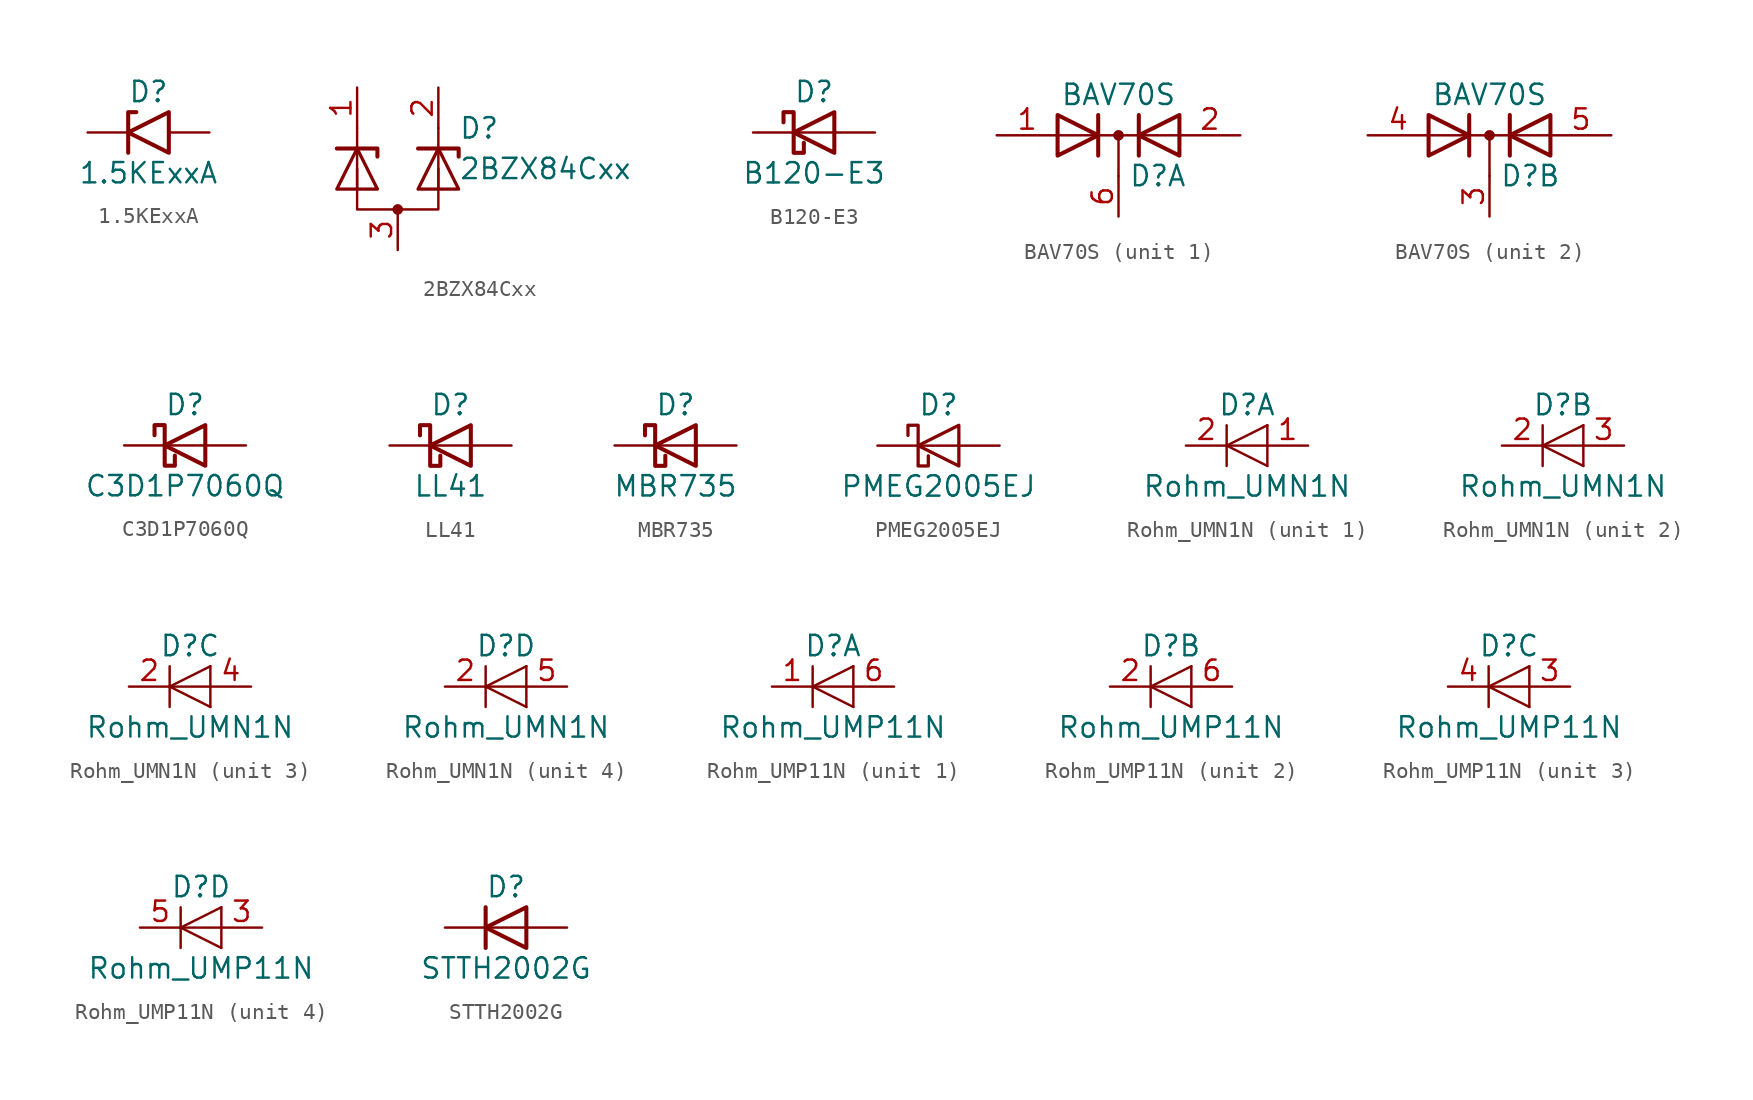
<source format=kicad_sym>
(kicad_symbol_lib
  (version 20220914)
  (generator kicad_symbol_editor)
  (symbol "1.5KExxA"
    (pin_numbers hide)
    (pin_names
      (offset 1.016) hide)
    (property "Reference" "D"
      (at 0 2.54 0)
      (effects (font (size 1.27 1.27))))
    (property "Value" "1.5KExxA"
      (at 0 -2.54 0)
      (effects (font (size 1.27 1.27))))
    (symbol "1.5KExxA_0_1"
      (polyline (pts (xy -0.762 1.27) (xy -1.27 1.27) (xy -1.27 -1.27)) (stroke (width 0.254) (type default)) (fill (type none)))
      (polyline (pts (xy 1.27 1.27) (xy 1.27 -1.27) (xy -1.27 0) (xy 1.27 1.27)) (stroke (width 0.254) (type default)) (fill (type none))))
    (symbol "1.5KExxA_1_1"
      (pin passive line (at -3.81 0 0) (length 2.54) (name "A1" (effects (font (size 1.27 1.27)))) (number "1" (effects (font (size 1.27 1.27)))))
      (pin passive line (at 3.81 0 180) (length 2.54) (name "A2" (effects (font (size 1.27 1.27)))) (number "2" (effects (font (size 1.27 1.27)))))))
  (symbol "2BZX84Cxx"
    (pin_names
      (offset 1.016) hide)
    (property "Reference" "D"
      (at 3.81 2.54 0)
      (effects (font (size 1.27 1.27)) (justify left)))
    (property "Value" "2BZX84Cxx"
      (at 3.81 0 0)
      (effects (font (size 1.27 1.27)) (justify left)))
    (symbol "2BZX84Cxx_0_1"
      (circle (center 0 -2.54) (radius 0.254) (stroke (width 0) (type default)) (fill (type outline)))
      (polyline (pts (xy -2.54 -1.27) (xy -2.54 2.54)) (stroke (width 0) (type default)) (fill (type none)))
      (polyline (pts (xy 2.54 -1.27) (xy 2.54 2.54)) (stroke (width 0) (type default)) (fill (type none)))
      (polyline (pts (xy -3.81 1.27) (xy -1.27 1.27) (xy -1.27 0.762)) (stroke (width 0.254) (type default)) (fill (type none)))
      (polyline (pts (xy 1.27 1.27) (xy 3.81 1.27) (xy 3.81 0.762)) (stroke (width 0.254) (type default)) (fill (type none)))
      (polyline (pts (xy -2.54 0) (xy -2.54 -2.54) (xy 2.54 -2.54) (xy 2.54 0)) (stroke (width 0) (type default)) (fill (type none))))
    (symbol "2BZX84Cxx_1_1"
      (polyline (pts (xy -3.81 -1.27) (xy -1.27 -1.27) (xy -2.54 1.27) (xy -3.81 -1.27)) (stroke (width 0.203) (type default)) (fill (type none)))
      (polyline (pts (xy 1.27 -1.27) (xy 3.81 -1.27) (xy 2.54 1.27) (xy 1.27 -1.27)) (stroke (width 0.203) (type default)) (fill (type none)))
      (pin passive line (at -2.54 5.08 270) (length 2.54) (name "K" (effects (font (size 1.27 1.27)))) (number "1" (effects (font (size 1.27 1.27)))))
      (pin passive line (at 2.54 5.08 270) (length 2.54) (name "K" (effects (font (size 1.27 1.27)))) (number "2" (effects (font (size 1.27 1.27)))))
      (pin passive line (at 0 -5.08 90) (length 2.54) (name "A" (effects (font (size 1.27 1.27)))) (number "3" (effects (font (size 1.27 1.27)))))))
  (symbol "B120-E3"
    (pin_numbers hide)
    (pin_names hide)
    (property "Reference" "D"
      (at 0 2.54 0)
      (effects (font (size 1.27 1.27))))
    (property "Value" "B120-E3"
      (at 0 -2.54 0)
      (effects (font (size 1.27 1.27))))
    (symbol "B120-E3_0_1"
      (polyline (pts (xy 1.27 0) (xy -1.27 0)) (stroke (width 0) (type default)) (fill (type none)))
      (polyline (pts (xy 1.27 1.27) (xy 1.27 -1.27) (xy -1.27 0) (xy 1.27 1.27)) (stroke (width 0.254) (type default)) (fill (type none)))
      (polyline (pts (xy -1.905 0.635) (xy -1.905 1.27) (xy -1.27 1.27) (xy -1.27 -1.27) (xy -0.635 -1.27) (xy -0.635 -0.635)) (stroke (width 0.254) (type default)) (fill (type none))))
    (symbol "B120-E3_1_1"
      (pin passive line (at -3.81 0 0) (length 2.54) (name "K" (effects (font (size 1.27 1.27)))) (number "1" (effects (font (size 1.27 1.27)))))
      (pin passive line (at 3.81 0 180) (length 2.54) (name "A" (effects (font (size 1.27 1.27)))) (number "2" (effects (font (size 1.27 1.27)))))))
  (symbol "BAV70S"
    (pin_names
      (offset 0.762) hide)
    (property "Reference" "D"
      (at 0.635 -2.54 0)
      (effects (font (size 1.27 1.27)) (justify left)))
    (property "Value" "BAV70S"
      (at 0 2.54 0)
      (effects (font (size 1.27 1.27))))
    (symbol "BAV70S_0_1"
      (polyline (pts (xy -3.81 0) (xy 3.81 0)) (stroke (width 0) (type default)) (fill (type none)))
      (polyline (pts (xy 0 0) (xy 0 -2.54)) (stroke (width 0) (type default)) (fill (type none)))
      (polyline (pts (xy -1.27 -1.27) (xy -1.27 1.27) (xy -1.27 1.27)) (stroke (width 0.254) (type default)) (fill (type none)))
      (polyline (pts (xy 1.27 -1.27) (xy 1.27 1.27) (xy 1.27 1.27)) (stroke (width 0.254) (type default)) (fill (type none)))
      (polyline (pts (xy -3.81 1.27) (xy -1.27 0) (xy -3.81 -1.27) (xy -3.81 1.27) (xy -3.81 1.27) (xy -3.81 1.27)) (stroke (width 0.254) (type default)) (fill (type none)))
      (polyline (pts (xy 3.81 -1.27) (xy 1.27 0) (xy 3.81 1.27) (xy 3.81 -1.27) (xy 3.81 -1.27) (xy 3.81 -1.27)) (stroke (width 0.254) (type default)) (fill (type none)))
      (circle (center 0 0) (radius 0.254) (stroke (width 0) (type default)) (fill (type outline))))
    (symbol "BAV70S_1_1"
      (pin passive line (at -7.62 0 0) (length 3.81) (name "A" (effects (font (size 1.27 1.27)))) (number "1" (effects (font (size 1.27 1.27)))))
      (pin passive line (at 7.62 0 180) (length 3.81) (name "A" (effects (font (size 1.27 1.27)))) (number "2" (effects (font (size 1.27 1.27)))))
      (pin passive line (at 0 -5.08 90) (length 2.54) (name "K" (effects (font (size 1.27 1.27)))) (number "6" (effects (font (size 1.27 1.27))))))
    (symbol "BAV70S_2_1"
      (pin passive line (at 0 -5.08 90) (length 2.54) (name "K" (effects (font (size 1.27 1.27)))) (number "3" (effects (font (size 1.27 1.27)))))
      (pin passive line (at -7.62 0 0) (length 3.81) (name "A" (effects (font (size 1.27 1.27)))) (number "4" (effects (font (size 1.27 1.27)))))
      (pin passive line (at 7.62 0 180) (length 3.81) (name "A" (effects (font (size 1.27 1.27)))) (number "5" (effects (font (size 1.27 1.27)))))))
  (symbol "C3D1P7060Q"
    (pin_numbers hide)
    (pin_names
      (offset 1.016) hide)
    (property "Reference" "D"
      (at 0 2.54 0)
      (effects (font (size 1.27 1.27))))
    (property "Value" "C3D1P7060Q"
      (at 0 -2.54 0)
      (effects (font (size 1.27 1.27))))
    (symbol "C3D1P7060Q_0_1"
      (polyline (pts (xy 1.27 0) (xy -1.27 0)) (stroke (width 0) (type default)) (fill (type none)))
      (polyline (pts (xy 1.27 1.27) (xy 1.27 -1.27) (xy -1.27 0) (xy 1.27 1.27)) (stroke (width 0.254) (type default)) (fill (type none)))
      (polyline (pts (xy -1.905 0.635) (xy -1.905 1.27) (xy -1.27 1.27) (xy -1.27 -1.27) (xy -0.635 -1.27) (xy -0.635 -0.635)) (stroke (width 0.254) (type default)) (fill (type none))))
    (symbol "C3D1P7060Q_1_1"
      (pin passive line (at -3.81 0 0) (length 2.54) (name "K" (effects (font (size 1.27 1.27)))) (number "1" (effects (font (size 1.27 1.27)))))
      (pin passive line (at 3.81 0 180) (length 2.54) (name "A" (effects (font (size 1.27 1.27)))) (number "2" (effects (font (size 1.27 1.27)))))))
  (symbol "LL41"
    (pin_numbers hide)
    (pin_names
      (offset 1.016) hide)
    (property "Reference" "D"
      (at 0 2.54 0)
      (effects (font (size 1.27 1.27))))
    (property "Value" "LL41"
      (at 0 -2.54 0)
      (effects (font (size 1.27 1.27))))
    (symbol "LL41_0_1"
      (polyline (pts (xy 1.27 0) (xy -1.27 0)) (stroke (width 0) (type default)) (fill (type none)))
      (polyline (pts (xy 1.27 1.27) (xy 1.27 -1.27) (xy -1.27 0) (xy 1.27 1.27)) (stroke (width 0.254) (type default)) (fill (type none)))
      (polyline (pts (xy -1.905 0.635) (xy -1.905 1.27) (xy -1.27 1.27) (xy -1.27 -1.27) (xy -0.635 -1.27) (xy -0.635 -0.635)) (stroke (width 0.254) (type default)) (fill (type none))))
    (symbol "LL41_1_1"
      (pin passive line (at -3.81 0 0) (length 2.54) (name "K" (effects (font (size 1.27 1.27)))) (number "1" (effects (font (size 1.27 1.27)))))
      (pin passive line (at 3.81 0 180) (length 2.54) (name "A" (effects (font (size 1.27 1.27)))) (number "2" (effects (font (size 1.27 1.27)))))))
  (symbol "MBR735"
    (pin_numbers hide)
    (pin_names
      (offset 1.016) hide)
    (property "Reference" "D"
      (at 0 2.54 0)
      (effects (font (size 1.27 1.27))))
    (property "Value" "MBR735"
      (at 0 -2.54 0)
      (effects (font (size 1.27 1.27))))
    (symbol "MBR735_0_1"
      (polyline (pts (xy 1.27 0) (xy -1.27 0)) (stroke (width 0) (type default)) (fill (type none)))
      (polyline (pts (xy 1.27 1.27) (xy 1.27 -1.27) (xy -1.27 0) (xy 1.27 1.27)) (stroke (width 0.254) (type default)) (fill (type none)))
      (polyline (pts (xy -1.905 0.635) (xy -1.905 1.27) (xy -1.27 1.27) (xy -1.27 -1.27) (xy -0.635 -1.27) (xy -0.635 -0.635)) (stroke (width 0.254) (type default)) (fill (type none))))
    (symbol "MBR735_1_1"
      (pin passive line (at -3.81 0 0) (length 2.54) (name "K" (effects (font (size 1.27 1.27)))) (number "1" (effects (font (size 1.27 1.27)))))
      (pin passive line (at 3.81 0 180) (length 2.54) (name "A" (effects (font (size 1.27 1.27)))) (number "2" (effects (font (size 1.27 1.27)))))))
  (symbol "PMEG2005EJ"
    (pin_numbers hide)
    (pin_names hide)
    (property "Reference" "D"
      (at 0 2.54 0)
      (effects (font (size 1.27 1.27))))
    (property "Value" "PMEG2005EJ"
      (at 0 -2.54 0)
      (effects (font (size 1.27 1.27))))
    (symbol "PMEG2005EJ_0_1"
      (polyline (pts (xy 1.27 0) (xy -1.27 0)) (stroke (width 0) (type default)) (fill (type none)))
      (polyline (pts (xy 1.27 1.27) (xy 1.27 -1.27) (xy -1.27 0) (xy 1.27 1.27)) (stroke (width 0.203) (type default)) (fill (type none)))
      (polyline (pts (xy -1.905 0.635) (xy -1.905 1.27) (xy -1.27 1.27) (xy -1.27 -1.27) (xy -0.635 -1.27) (xy -0.635 -0.635)) (stroke (width 0.203) (type default)) (fill (type none))))
    (symbol "PMEG2005EJ_1_1"
      (pin passive line (at -3.81 0 0) (length 2.54) (name "K" (effects (font (size 1.27 1.27)))) (number "1" (effects (font (size 1.27 1.27)))))
      (pin passive line (at 3.81 0 180) (length 2.54) (name "A" (effects (font (size 1.27 1.27)))) (number "2" (effects (font (size 1.27 1.27)))))))
  (symbol "Rohm_UMN1N"
    (pin_names
      (offset 1.016) hide)
    (property "Reference" "D"
      (at 0 2.54 0)
      (effects (font (size 1.27 1.27))))
    (property "Value" "Rohm_UMN1N"
      (at 0 -2.54 0)
      (effects (font (size 1.27 1.27))))
    (symbol "Rohm_UMN1N_0_1"
      (polyline (pts (xy -1.27 1.27) (xy -1.27 -1.27)) (stroke (width 0.152) (type default)) (fill (type none)))
      (polyline (pts (xy 1.27 -1.27) (xy 1.27 1.27)) (stroke (width 0) (type default)) (fill (type none)))
      (polyline (pts (xy 1.27 0) (xy -1.27 0)) (stroke (width 0) (type default)) (fill (type none)))
      (polyline (pts (xy 1.27 1.27) (xy -1.27 0) (xy 1.27 -1.27)) (stroke (width 0) (type default)) (fill (type none))))
    (symbol "Rohm_UMN1N_1_1"
      (pin passive line (at 3.81 0 180) (length 2.54) (name "A" (effects (font (size 1.27 1.27)))) (number "1" (effects (font (size 1.27 1.27)))))
      (pin passive line (at -3.81 0 0) (length 2.54) (name "K" (effects (font (size 1.27 1.27)))) (number "2" (effects (font (size 1.27 1.27))))))
    (symbol "Rohm_UMN1N_2_1"
      (pin passive line (at -3.81 0 0) (length 2.54) (name "K" (effects (font (size 1.27 1.27)))) (number "2" (effects (font (size 1.27 1.27)))))
      (pin passive line (at 3.81 0 180) (length 2.54) (name "A" (effects (font (size 1.27 1.27)))) (number "3" (effects (font (size 1.27 1.27))))))
    (symbol "Rohm_UMN1N_3_1"
      (pin passive line (at -3.81 0 0) (length 2.54) (name "K" (effects (font (size 1.27 1.27)))) (number "2" (effects (font (size 1.27 1.27)))))
      (pin passive line (at 3.81 0 180) (length 2.54) (name "A" (effects (font (size 1.27 1.27)))) (number "4" (effects (font (size 1.27 1.27))))))
    (symbol "Rohm_UMN1N_4_1"
      (pin passive line (at -3.81 0 0) (length 2.54) (name "K" (effects (font (size 1.27 1.27)))) (number "2" (effects (font (size 1.27 1.27)))))
      (pin passive line (at 3.81 0 180) (length 2.54) (name "A" (effects (font (size 1.27 1.27)))) (number "5" (effects (font (size 1.27 1.27)))))))
  (symbol "Rohm_UMP11N"
    (pin_names
      (offset 1.016) hide)
    (property "Reference" "D"
      (at 0 2.54 0)
      (effects (font (size 1.27 1.27))))
    (property "Value" "Rohm_UMP11N"
      (at 0 -2.54 0)
      (effects (font (size 1.27 1.27))))
    (symbol "Rohm_UMP11N_0_1"
      (polyline (pts (xy -1.27 1.27) (xy -1.27 -1.27)) (stroke (width 0.152) (type default)) (fill (type none)))
      (polyline (pts (xy 1.27 -1.27) (xy 1.27 1.27)) (stroke (width 0) (type default)) (fill (type none)))
      (polyline (pts (xy 1.27 0) (xy -1.27 0)) (stroke (width 0) (type default)) (fill (type none)))
      (polyline (pts (xy 1.27 1.27) (xy -1.27 0) (xy 1.27 -1.27)) (stroke (width 0) (type default)) (fill (type none))))
    (symbol "Rohm_UMP11N_1_1"
      (pin passive line (at -3.81 0 0) (length 2.54) (name "K" (effects (font (size 1.27 1.27)))) (number "1" (effects (font (size 1.27 1.27)))))
      (pin passive line (at 3.81 0 180) (length 2.54) (name "A" (effects (font (size 1.27 1.27)))) (number "6" (effects (font (size 1.27 1.27))))))
    (symbol "Rohm_UMP11N_2_1"
      (pin passive line (at -3.81 0 0) (length 2.54) (name "K" (effects (font (size 1.27 1.27)))) (number "2" (effects (font (size 1.27 1.27)))))
      (pin passive line (at 3.81 0 180) (length 2.54) (name "A" (effects (font (size 1.27 1.27)))) (number "6" (effects (font (size 1.27 1.27))))))
    (symbol "Rohm_UMP11N_3_1"
      (pin passive line (at 3.81 0 180) (length 2.54) (name "A" (effects (font (size 1.27 1.27)))) (number "3" (effects (font (size 1.27 1.27)))))
      (pin passive line (at -3.81 0 0) (length 2.54) (name "K" (effects (font (size 1.27 1.27)))) (number "4" (effects (font (size 1.27 1.27))))))
    (symbol "Rohm_UMP11N_4_1"
      (pin passive line (at 3.81 0 180) (length 2.54) (name "A" (effects (font (size 1.27 1.27)))) (number "3" (effects (font (size 1.27 1.27)))))
      (pin passive line (at -3.81 0 0) (length 2.54) (name "K" (effects (font (size 1.27 1.27)))) (number "5" (effects (font (size 1.27 1.27)))))))
  (symbol "STTH2002G"
    (pin_numbers hide)
    (pin_names hide)
    (property "Reference" "D"
      (at 0 2.54 0)
      (effects (font (size 1.27 1.27))))
    (property "Value" "STTH2002G"
      (at 0 -2.54 0)
      (effects (font (size 1.27 1.27))))
    (symbol "STTH2002G_0_0"
      (pin passive line (at -3.81 0 0) (length 2.54) (name "K" (effects (font (size 1.27 1.27)))) (number "2" (effects (font (size 1.27 1.27))))))
    (symbol "STTH2002G_0_1"
      (polyline (pts (xy -1.27 1.27) (xy -1.27 -1.27)) (stroke (width 0.254) (type default)) (fill (type none)))
      (polyline (pts (xy 1.27 0) (xy -1.27 0)) (stroke (width 0) (type default)) (fill (type none)))
      (polyline (pts (xy 1.27 1.27) (xy 1.27 -1.27) (xy -1.27 0) (xy 1.27 1.27)) (stroke (width 0.254) (type default)) (fill (type none))))
    (symbol "STTH2002G_1_1"
      (pin no_connect line (at 0 0 90) (length 2.54) hide (name "NC" (effects (font (size 1.27 1.27)))) (number "1" (effects (font (size 1.27 1.27)))))
      (pin passive line (at 3.81 0 180) (length 2.54) (name "A" (effects (font (size 1.27 1.27)))) (number "3" (effects (font (size 1.27 1.27))))))))
</source>
